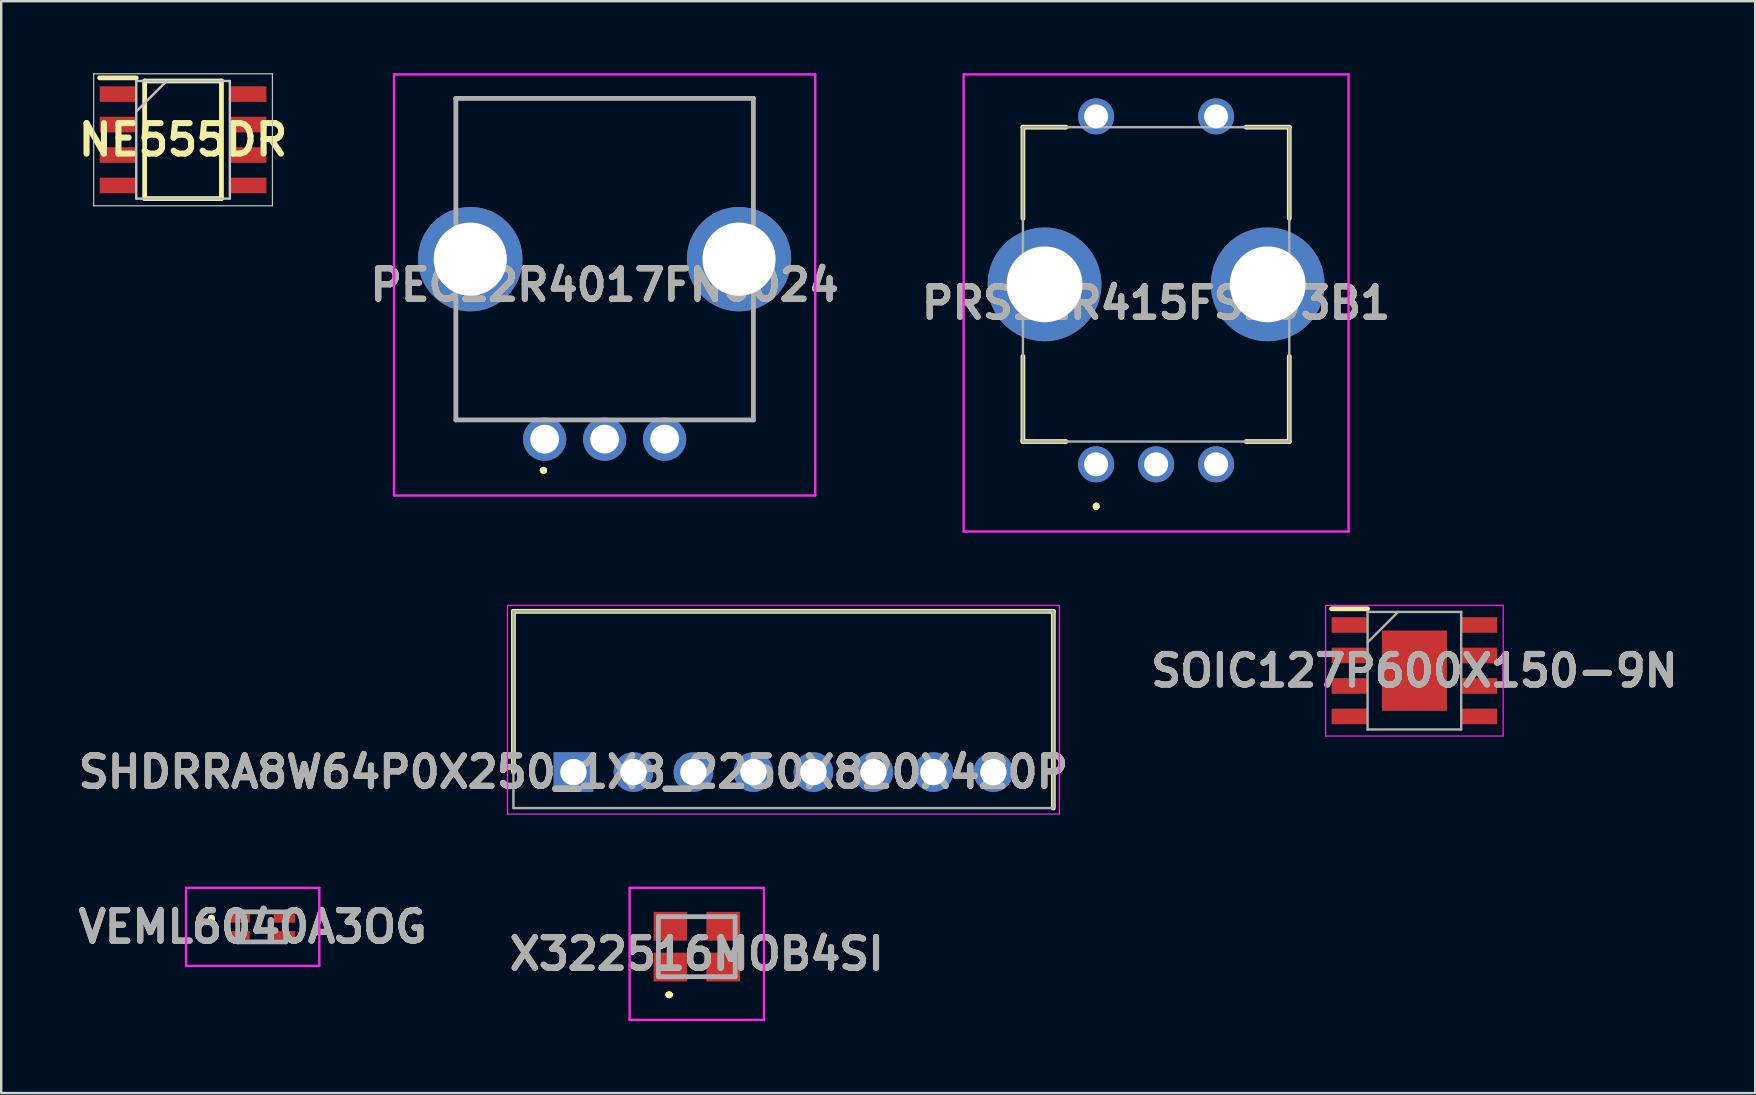
<source format=kicad_pcb>
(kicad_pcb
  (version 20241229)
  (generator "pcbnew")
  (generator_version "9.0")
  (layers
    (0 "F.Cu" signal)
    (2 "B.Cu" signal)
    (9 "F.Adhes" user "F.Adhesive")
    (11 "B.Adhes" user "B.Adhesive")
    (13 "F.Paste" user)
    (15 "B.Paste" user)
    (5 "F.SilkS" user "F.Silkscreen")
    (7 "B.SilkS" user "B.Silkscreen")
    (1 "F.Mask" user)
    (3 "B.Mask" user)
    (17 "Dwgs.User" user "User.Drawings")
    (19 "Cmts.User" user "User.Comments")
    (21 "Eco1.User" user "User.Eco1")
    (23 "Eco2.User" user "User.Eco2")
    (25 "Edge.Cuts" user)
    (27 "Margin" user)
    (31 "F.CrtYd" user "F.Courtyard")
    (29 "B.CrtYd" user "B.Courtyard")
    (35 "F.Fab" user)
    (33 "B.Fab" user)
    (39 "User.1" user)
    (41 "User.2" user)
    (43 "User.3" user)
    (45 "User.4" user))
  (footprint "PEC12R4017FN0024"
    (layer "F.Cu")
    (at 19.647 15.25)
    (property "Reference" "PEC12R4017FN0024" (at 2.5 -6.425 0) (layer "F.SilkS") (effects (font (size 1.27 1.27) (thickness 0.254))))
    (attr through_hole)
    (fp_line (start -3.7 -14.2) (end -3.7 -14.2) (stroke (width 0.1) (type solid)) (layer "F.SilkS"))
    (fp_line (start -3.7 -14.2) (end -3.7 -14.2) (stroke (width 0.1) (type solid)) (layer "F.SilkS"))
    (fp_line (start -3.7 -14.2) (end -3.7 -10.5) (stroke (width 0.1) (type solid)) (layer "F.SilkS"))
    (fp_line (start -3.7 -14.2) (end 8.7 -14.2) (stroke (width 0.1) (type solid)) (layer "F.SilkS"))
    (fp_line (start -3.7 -10.5) (end -3.7 -14.2) (stroke (width 0.1) (type solid)) (layer "F.SilkS"))
    (fp_line (start -3.7 -10.5) (end -3.7 -10.5) (stroke (width 0.1) (type solid)) (layer "F.SilkS"))
    (fp_line (start -3.7 -4.5) (end -3.7 -4.5) (stroke (width 0.1) (type solid)) (layer "F.SilkS"))
    (fp_line (start -3.7 -4.5) (end -3.7 -0.8) (stroke (width 0.1) (type solid)) (layer "F.SilkS"))
    (fp_line (start -3.7 -0.8) (end -3.7 -4.5) (stroke (width 0.1) (type solid)) (layer "F.SilkS"))
    (fp_line (start -3.7 -0.8) (end -3.7 -0.8) (stroke (width 0.1) (type solid)) (layer "F.SilkS"))
    (fp_line (start -3.7 -0.8) (end -3.7 -0.8) (stroke (width 0.1) (type solid)) (layer "F.SilkS"))
    (fp_line (start -3.7 -0.8) (end -1.5 -0.8) (stroke (width 0.1) (type solid)) (layer "F.SilkS"))
    (fp_line (start -1.5 -0.8) (end -3.7 -0.8) (stroke (width 0.1) (type solid)) (layer "F.SilkS"))
    (fp_line (start -1.5 -0.8) (end -1.5 -0.8) (stroke (width 0.1) (type solid)) (layer "F.SilkS"))
    (fp_line (start -0.1 1.3) (end -0.1 1.3) (stroke (width 0.2) (type solid)) (layer "F.SilkS"))
    (fp_line (start -0.1 1.3) (end -0.1 1.3) (stroke (width 0.2) (type solid)) (layer "F.SilkS"))
    (fp_line (start 0 1.3) (end 0 1.3) (stroke (width 0.2) (type solid)) (layer "F.SilkS"))
    (fp_line (start 6.5 -0.8) (end 6.5 -0.8) (stroke (width 0.1) (type solid)) (layer "F.SilkS"))
    (fp_line (start 6.5 -0.8) (end 8.7 -0.8) (stroke (width 0.1) (type solid)) (layer "F.SilkS"))
    (fp_line (start 8.7 -14.2) (end -3.7 -14.2) (stroke (width 0.1) (type solid)) (layer "F.SilkS"))
    (fp_line (start 8.7 -14.2) (end 8.7 -14.2) (stroke (width 0.1) (type solid)) (layer "F.SilkS"))
    (fp_line (start 8.7 -14.2) (end 8.7 -14.2) (stroke (width 0.1) (type solid)) (layer "F.SilkS"))
    (fp_line (start 8.7 -14.2) (end 8.7 -10.25) (stroke (width 0.1) (type solid)) (layer "F.SilkS"))
    (fp_line (start 8.7 -10.25) (end 8.7 -14.2) (stroke (width 0.1) (type solid)) (layer "F.SilkS"))
    (fp_line (start 8.7 -10.25) (end 8.7 -10.25) (stroke (width 0.1) (type solid)) (layer "F.SilkS"))
    (fp_line (start 8.7 -4.75) (end 8.7 -4.75) (stroke (width 0.1) (type solid)) (layer "F.SilkS"))
    (fp_line (start 8.7 -4.75) (end 8.7 -0.8) (stroke (width 0.1) (type solid)) (layer "F.SilkS"))
    (fp_line (start 8.7 -0.8) (end 6.5 -0.8) (stroke (width 0.1) (type solid)) (layer "F.SilkS"))
    (fp_line (start 8.7 -0.8) (end 8.7 -4.75) (stroke (width 0.1) (type solid)) (layer "F.SilkS"))
    (fp_line (start 8.7 -0.8) (end 8.7 -0.8) (stroke (width 0.1) (type solid)) (layer "F.SilkS"))
    (fp_line (start 8.7 -0.8) (end 8.7 -0.8) (stroke (width 0.1) (type solid)) (layer "F.SilkS"))
    (fp_arc (start -0.1 1.3) (mid -0.05 1.25) (end 0 1.3) (stroke (width 0.2) (type solid)) (layer "F.SilkS"))
    (fp_arc (start 0 1.3) (mid -0.05 1.35) (end -0.1 1.3) (stroke (width 0.2) (type solid)) (layer "F.SilkS"))
    (fp_arc (start 0 1.3) (mid -0.05 1.35) (end -0.1 1.3) (stroke (width 0.2) (type solid)) (layer "F.SilkS"))
    (fp_line (start -6.275 -15.2) (end 11.275 -15.2) (stroke (width 0.1) (type solid)) (layer "F.CrtYd"))
    (fp_line (start -6.275 2.35) (end -6.275 -15.2) (stroke (width 0.1) (type solid)) (layer "F.CrtYd"))
    (fp_line (start 11.275 -15.2) (end 11.275 2.35) (stroke (width 0.1) (type solid)) (layer "F.CrtYd"))
    (fp_line (start 11.275 2.35) (end -6.275 2.35) (stroke (width 0.1) (type solid)) (layer "F.CrtYd"))
    (fp_line (start -3.7 -14.2) (end -3.7 -0.8) (stroke (width 0.2) (type solid)) (layer "F.Fab"))
    (fp_line (start -3.7 -0.8) (end 8.7 -0.8) (stroke (width 0.2) (type solid)) (layer "F.Fab"))
    (fp_line (start 8.7 -14.2) (end -3.7 -14.2) (stroke (width 0.2) (type solid)) (layer "F.Fab"))
    (fp_line (start 8.7 -0.8) (end 8.7 -14.2) (stroke (width 0.2) (type solid)) (layer "F.Fab"))
    (fp_text user "${REFERENCE}" (at 2.5 -6.425 0) (layer "F.Fab") (effects (font (size 1.27 1.27) (thickness 0.254))))
    (pad "A1" thru_hole circle (at 0 0) (size 1.8 1.8) (drill 1.2) (layers "*.Cu" "*.Mask"))
    (pad "B1" thru_hole circle (at 5 0) (size 1.8 1.8) (drill 1.2) (layers "*.Cu" "*.Mask"))
    (pad "C1" thru_hole circle (at 2.5 0) (size 1.8 1.8) (drill 1.2) (layers "*.Cu" "*.Mask"))
    (pad "MH1" thru_hole circle (at -3.1 -7.5) (size 4.35 4.35) (drill 3.048) (layers "*.Cu" "*.Mask"))
    (pad "MH2" thru_hole circle (at 8.1 -7.5) (size 4.35 4.35) (drill 3.048) (layers "*.Cu" "*.Mask")))
  (footprint "SHDRRA8W64P0X250_1X8_2250X820X420P"
    (layer "F.Cu")
    (at 20.846 29.125)
    (property "Reference" "SHDRRA8W64P0X250_1X8_2250X820X420P" (at 0 0 0) (layer "F.SilkS") (effects (font (size 1.27 1.27) (thickness 0.254))))
    (attr through_hole)
    (fp_line (start -2.5 -6.7) (end 20 -6.7) (stroke (width 0.2) (type solid)) (layer "F.SilkS"))
    (fp_line (start -2.5 0) (end -2.5 -6.7) (stroke (width 0.2) (type solid)) (layer "F.SilkS"))
    (fp_line (start 20 -6.7) (end 20 1.5) (stroke (width 0.2) (type solid)) (layer "F.SilkS"))
    (fp_line (start -2.75 -6.95) (end -2.75 1.75) (stroke (width 0.05) (type solid)) (layer "F.CrtYd"))
    (fp_line (start -2.75 1.75) (end 20.25 1.75) (stroke (width 0.05) (type solid)) (layer "F.CrtYd"))
    (fp_line (start 20.25 -6.95) (end -2.75 -6.95) (stroke (width 0.05) (type solid)) (layer "F.CrtYd"))
    (fp_line (start 20.25 1.75) (end 20.25 -6.95) (stroke (width 0.05) (type solid)) (layer "F.CrtYd"))
    (fp_line (start -2.5 -6.7) (end 20 -6.7) (stroke (width 0.1) (type solid)) (layer "F.Fab"))
    (fp_line (start -2.5 1.5) (end -2.5 -6.7) (stroke (width 0.1) (type solid)) (layer "F.Fab"))
    (fp_line (start 20 -6.7) (end 20 1.5) (stroke (width 0.1) (type solid)) (layer "F.Fab"))
    (fp_line (start 20 1.5) (end -2.5 1.5) (stroke (width 0.1) (type solid)) (layer "F.Fab"))
    (fp_text user "${REFERENCE}" (at 0 0 0) (layer "F.Fab") (effects (font (size 1.27 1.27) (thickness 0.254))))
    (pad "1" thru_hole rect (at 0 0) (size 1.65 1.65) (drill 1.1) (layers "*.Cu" "*.Mask"))
    (pad "2" thru_hole circle (at 2.5 0) (size 1.65 1.65) (drill 1.1) (layers "*.Cu" "*.Mask"))
    (pad "3" thru_hole circle (at 5 0) (size 1.65 1.65) (drill 1.1) (layers "*.Cu" "*.Mask"))
    (pad "4" thru_hole circle (at 7.5 0) (size 1.65 1.65) (drill 1.1) (layers "*.Cu" "*.Mask"))
    (pad "5" thru_hole circle (at 10 0) (size 1.65 1.65) (drill 1.1) (layers "*.Cu" "*.Mask"))
    (pad "6" thru_hole circle (at 12.5 0) (size 1.65 1.65) (drill 1.1) (layers "*.Cu" "*.Mask"))
    (pad "7" thru_hole circle (at 15 0) (size 1.65 1.65) (drill 1.1) (layers "*.Cu" "*.Mask"))
    (pad "8" thru_hole circle (at 17.5 0) (size 1.65 1.65) (drill 1.1) (layers "*.Cu" "*.Mask")))
  (footprint "X322516MOB4SI"
    (layer "F.Cu")
    (at 25.987 36.4)
    (property "Reference" "X322516MOB4SI" (at 0 0.3 0) (layer "F.SilkS") (effects (font (size 1.27 1.27) (thickness 0.254))))
    (attr smd)
    (fp_line (start -1.2 2) (end -1.2 2) (stroke (width 0.2) (type solid)) (layer "F.SilkS"))
    (fp_line (start -1.2 2) (end -1.2 2) (stroke (width 0.2) (type solid)) (layer "F.SilkS"))
    (fp_line (start -1.1 2) (end -1.1 2) (stroke (width 0.2) (type solid)) (layer "F.SilkS"))
    (fp_arc (start -1.2 2) (mid -1.15 1.95) (end -1.1 2) (stroke (width 0.2) (type solid)) (layer "F.SilkS"))
    (fp_arc (start -1.1 2) (mid -1.15 2.05) (end -1.2 2) (stroke (width 0.2) (type solid)) (layer "F.SilkS"))
    (fp_arc (start -1.1 2) (mid -1.15 2.05) (end -1.2 2) (stroke (width 0.2) (type solid)) (layer "F.SilkS"))
    (fp_line (start -2.8 -2.45) (end 2.8 -2.45) (stroke (width 0.1) (type solid)) (layer "F.CrtYd"))
    (fp_line (start -2.8 3.05) (end -2.8 -2.45) (stroke (width 0.1) (type solid)) (layer "F.CrtYd"))
    (fp_line (start 2.8 -2.45) (end 2.8 3.05) (stroke (width 0.1) (type solid)) (layer "F.CrtYd"))
    (fp_line (start 2.8 3.05) (end -2.8 3.05) (stroke (width 0.1) (type solid)) (layer "F.CrtYd"))
    (fp_line (start -1.6 -1.25) (end -1.6 1.25) (stroke (width 0.2) (type solid)) (layer "F.Fab"))
    (fp_line (start -1.6 1.25) (end 1.6 1.25) (stroke (width 0.2) (type solid)) (layer "F.Fab"))
    (fp_line (start 1.6 -1.25) (end -1.6 -1.25) (stroke (width 0.2) (type solid)) (layer "F.Fab"))
    (fp_line (start 1.6 1.25) (end 1.6 -1.25) (stroke (width 0.2) (type solid)) (layer "F.Fab"))
    (fp_text user "${REFERENCE}" (at 0 0.3 0) (layer "F.Fab") (effects (font (size 1.27 1.27) (thickness 0.254))))
    (pad "1" smd rect (at -1.1 0.85 90) (size 1.2 1.4) (layers "F.Cu" "F.Mask" "F.Paste"))
    (pad "2" smd rect (at 1.1 0.85 90) (size 1.2 1.4) (layers "F.Cu" "F.Mask" "F.Paste"))
    (pad "3" smd rect (at 1.1 -0.85 90) (size 1.2 1.4) (layers "F.Cu" "F.Mask" "F.Paste"))
    (pad "4" smd rect (at -1.1 -0.85 90) (size 1.2 1.4) (layers "F.Cu" "F.Mask" "F.Paste")))
  (footprint "PRS11R415FS103B1"
    (layer "F.Cu")
    (at 42.628 16.3)
    (property "Reference" "PRS11R415FS103B1" (at 2.5 -6.725 0) (layer "F.SilkS") (effects (font (size 1.27 1.27) (thickness 0.254))))
    (attr through_hole)
    (fp_line (start -3.05 -14.05) (end -1.25 -14.05) (stroke (width 0.2) (type solid)) (layer "F.SilkS"))
    (fp_line (start -3.05 -10.25) (end -3.05 -14.05) (stroke (width 0.2) (type solid)) (layer "F.SilkS"))
    (fp_line (start -3.05 -4.5) (end -3.05 -1) (stroke (width 0.2) (type solid)) (layer "F.SilkS"))
    (fp_line (start -3.05 -1) (end -3.05 -0.95) (stroke (width 0.2) (type solid)) (layer "F.SilkS"))
    (fp_line (start -3.05 -0.95) (end -1.25 -0.95) (stroke (width 0.2) (type solid)) (layer "F.SilkS"))
    (fp_line (start 0 1.7) (end 0 1.7) (stroke (width 0.2) (type solid)) (layer "F.SilkS"))
    (fp_line (start 0 1.8) (end 0 1.8) (stroke (width 0.2) (type solid)) (layer "F.SilkS"))
    (fp_line (start 0 1.8) (end 0 1.8) (stroke (width 0.2) (type solid)) (layer "F.SilkS"))
    (fp_line (start 6.25 -14.05) (end 8.05 -14.05) (stroke (width 0.2) (type solid)) (layer "F.SilkS"))
    (fp_line (start 6.25 -0.95) (end 8.05 -0.95) (stroke (width 0.2) (type solid)) (layer "F.SilkS"))
    (fp_line (start 8.05 -14.05) (end 8.05 -10.25) (stroke (width 0.2) (type solid)) (layer "F.SilkS"))
    (fp_line (start 8.05 -0.95) (end 8.05 -4.5) (stroke (width 0.2) (type solid)) (layer "F.SilkS"))
    (fp_arc (start 0 1.7) (mid 0.05 1.75) (end 0 1.8) (stroke (width 0.2) (type solid)) (layer "F.SilkS"))
    (fp_arc (start 0 1.7) (mid 0.05 1.75) (end 0 1.8) (stroke (width 0.2) (type solid)) (layer "F.SilkS"))
    (fp_arc (start 0 1.8) (mid -0.05 1.75) (end 0 1.7) (stroke (width 0.2) (type solid)) (layer "F.SilkS"))
    (fp_line (start -5.52 -16.25) (end 10.52 -16.25) (stroke (width 0.1) (type solid)) (layer "F.CrtYd"))
    (fp_line (start -5.52 2.8) (end -5.52 -16.25) (stroke (width 0.1) (type solid)) (layer "F.CrtYd"))
    (fp_line (start 10.52 -16.25) (end 10.52 2.8) (stroke (width 0.1) (type solid)) (layer "F.CrtYd"))
    (fp_line (start 10.52 2.8) (end -5.52 2.8) (stroke (width 0.1) (type solid)) (layer "F.CrtYd"))
    (fp_line (start -3.05 -14.05) (end 8.05 -14.05) (stroke (width 0.1) (type solid)) (layer "F.Fab"))
    (fp_line (start -3.05 -0.95) (end -3.05 -14.05) (stroke (width 0.1) (type solid)) (layer "F.Fab"))
    (fp_line (start 8.05 -14.05) (end 8.05 -0.95) (stroke (width 0.1) (type solid)) (layer "F.Fab"))
    (fp_line (start 8.05 -0.95) (end -3.05 -0.95) (stroke (width 0.1) (type solid)) (layer "F.Fab"))
    (fp_text user "${REFERENCE}" (at 2.5 -6.725 0) (layer "F.Fab") (effects (font (size 1.27 1.27) (thickness 0.254))))
    (pad "1" thru_hole circle (at 0 0) (size 1.5 1.5) (drill 1) (layers "*.Cu" "*.Mask"))
    (pad "2" thru_hole circle (at 2.5 0) (size 1.5 1.5) (drill 1) (layers "*.Cu" "*.Mask"))
    (pad "3" thru_hole circle (at 5 0) (size 1.5 1.5) (drill 1) (layers "*.Cu" "*.Mask"))
    (pad "4" thru_hole circle (at 0 -14.5) (size 1.5 1.5) (drill 1) (layers "*.Cu" "*.Mask"))
    (pad "5" thru_hole circle (at 5 -14.5) (size 1.5 1.5) (drill 1) (layers "*.Cu" "*.Mask"))
    (pad "MH1" thru_hole circle (at -2.15 -7.5) (size 4.74 4.74) (drill 3.16) (layers "*.Cu" "*.Mask"))
    (pad "MH2" thru_hole circle (at 7.15 -7.5) (size 4.74 4.74) (drill 3.16) (layers "*.Cu" "*.Mask")))
  (footprint "VEML6040A3OG"
    (layer "F.Cu")
    (at 8.756 35.575)
    (property "Reference" "VEML6040A3OG" (at -1.275 0 0) (layer "F.SilkS") (effects (font (size 1.27 1.27) (thickness 0.254))))
    (attr smd)
    (fp_line (start -3 -0.4) (end -3 -0.4) (stroke (width 0.2) (type solid)) (layer "F.SilkS"))
    (fp_line (start -3 -0.3) (end -3 -0.3) (stroke (width 0.2) (type solid)) (layer "F.SilkS"))
    (fp_line (start -3 -0.3) (end -3 -0.3) (stroke (width 0.2) (type solid)) (layer "F.SilkS"))
    (fp_arc (start -3 -0.4) (mid -2.95 -0.35) (end -3 -0.3) (stroke (width 0.2) (type solid)) (layer "F.SilkS"))
    (fp_arc (start -3 -0.4) (mid -2.95 -0.35) (end -3 -0.3) (stroke (width 0.2) (type solid)) (layer "F.SilkS"))
    (fp_arc (start -3 -0.3) (mid -3.05 -0.35) (end -3 -0.4) (stroke (width 0.2) (type solid)) (layer "F.SilkS"))
    (fp_line (start -4.05 -1.625) (end 1.5 -1.625) (stroke (width 0.1) (type solid)) (layer "F.CrtYd"))
    (fp_line (start -4.05 1.625) (end -4.05 -1.625) (stroke (width 0.1) (type solid)) (layer "F.CrtYd"))
    (fp_line (start 1.5 -1.625) (end 1.5 1.625) (stroke (width 0.1) (type solid)) (layer "F.CrtYd"))
    (fp_line (start 1.5 1.625) (end -4.05 1.625) (stroke (width 0.1) (type solid)) (layer "F.CrtYd"))
    (fp_line (start -1.9 -0.625) (end -1.9 0.625) (stroke (width 0.2) (type solid)) (layer "F.Fab"))
    (fp_line (start -1.9 0.625) (end 0.1 0.625) (stroke (width 0.2) (type solid)) (layer "F.Fab"))
    (fp_line (start 0.1 -0.625) (end -1.9 -0.625) (stroke (width 0.2) (type solid)) (layer "F.Fab"))
    (fp_line (start 0.1 0.625) (end 0.1 -0.625) (stroke (width 0.2) (type solid)) (layer "F.Fab"))
    (fp_text user "${REFERENCE}" (at -1.275 0 0) (layer "F.Fab") (effects (font (size 1.27 1.27) (thickness 0.254))))
    (pad "1" smd rect (at -1.85 -0.35 90) (size 0.35 0.9) (layers "F.Cu" "F.Mask" "F.Paste"))
    (pad "2" smd rect (at -1.85 0.35 90) (size 0.35 0.9) (layers "F.Cu" "F.Mask" "F.Paste"))
    (pad "3" smd rect (at 0 0.35 90) (size 0.35 1) (layers "F.Cu" "F.Mask" "F.Paste"))
    (pad "4" smd rect (at 0.05 -0.35 90) (size 0.35 0.9) (layers "F.Cu" "F.Mask" "F.Paste")))
  (footprint "NE555DR"
    (layer "F.Cu")
    (at 4.578 2.775)
    (property "Reference" "NE555DR" (at 0 0 0) (layer "F.SilkS") (effects (font (size 1.27 1.27) (thickness 0.254))))
    (attr smd)
    (fp_line (start -3.475 -2.58) (end -1.95 -2.58) (stroke (width 0.2) (type solid)) (layer "F.SilkS"))
    (fp_line (start -1.6 -2.45) (end 1.6 -2.45) (stroke (width 0.2) (type solid)) (layer "F.SilkS"))
    (fp_line (start -1.6 2.45) (end -1.6 -2.45) (stroke (width 0.2) (type solid)) (layer "F.SilkS"))
    (fp_line (start 1.6 -2.45) (end 1.6 2.45) (stroke (width 0.2) (type solid)) (layer "F.SilkS"))
    (fp_line (start 1.6 2.45) (end -1.6 2.45) (stroke (width 0.2) (type solid)) (layer "F.SilkS"))
    (fp_line (start -3.725 -2.75) (end 3.725 -2.75) (stroke (width 0.05) (type solid)) (layer "Dwgs.User"))
    (fp_line (start -3.725 2.75) (end -3.725 -2.75) (stroke (width 0.05) (type solid)) (layer "Dwgs.User"))
    (fp_line (start -1.95 -2.45) (end 1.95 -2.45) (stroke (width 0.1) (type solid)) (layer "Dwgs.User"))
    (fp_line (start -1.95 -1.18) (end -0.68 -2.45) (stroke (width 0.1) (type solid)) (layer "Dwgs.User"))
    (fp_line (start -1.95 2.45) (end -1.95 -2.45) (stroke (width 0.1) (type solid)) (layer "Dwgs.User"))
    (fp_line (start 1.95 -2.45) (end 1.95 2.45) (stroke (width 0.1) (type solid)) (layer "Dwgs.User"))
    (fp_line (start 1.95 2.45) (end -1.95 2.45) (stroke (width 0.1) (type solid)) (layer "Dwgs.User"))
    (fp_line (start 3.725 -2.75) (end 3.725 2.75) (stroke (width 0.05) (type solid)) (layer "Dwgs.User"))
    (fp_line (start 3.725 2.75) (end -3.725 2.75) (stroke (width 0.05) (type solid)) (layer "Dwgs.User"))
    (pad "1" smd rect (at -2.712 -1.905 90) (size 0.65 1.525) (layers "F.Cu" "F.Paste"))
    (pad "2" smd rect (at -2.712 -0.635 90) (size 0.65 1.525) (layers "F.Cu" "F.Paste"))
    (pad "3" smd rect (at -2.712 0.635 90) (size 0.65 1.525) (layers "F.Cu" "F.Paste"))
    (pad "4" smd rect (at -2.712 1.905 90) (size 0.65 1.525) (layers "F.Cu" "F.Paste"))
    (pad "5" smd rect (at 2.712 1.905 90) (size 0.65 1.525) (layers "F.Cu" "F.Paste"))
    (pad "6" smd rect (at 2.712 0.635 90) (size 0.65 1.525) (layers "F.Cu" "F.Paste"))
    (pad "7" smd rect (at 2.712 -0.635 90) (size 0.65 1.525) (layers "F.Cu" "F.Paste"))
    (pad "8" smd rect (at 2.712 -1.905 90) (size 0.65 1.525) (layers "F.Cu" "F.Paste")))
  (footprint "SOIC127P600X150-9N"
    (layer "F.Cu")
    (at 55.892 24.9)
    (property "Reference" "SOIC127P600X150-9N" (at 0 0 0) (layer "F.SilkS") (effects (font (size 1.27 1.27) (thickness 0.254))))
    (attr smd)
    (fp_line (start -3.45 -2.58) (end -1.95 -2.58) (stroke (width 0.2) (type solid)) (layer "F.SilkS"))
    (fp_line (start -3.7 -2.725) (end 3.7 -2.725) (stroke (width 0.05) (type solid)) (layer "F.CrtYd"))
    (fp_line (start -3.7 2.725) (end -3.7 -2.725) (stroke (width 0.05) (type solid)) (layer "F.CrtYd"))
    (fp_line (start 3.7 -2.725) (end 3.7 2.725) (stroke (width 0.05) (type solid)) (layer "F.CrtYd"))
    (fp_line (start 3.7 2.725) (end -3.7 2.725) (stroke (width 0.05) (type solid)) (layer "F.CrtYd"))
    (fp_line (start -1.95 -2.45) (end 1.95 -2.45) (stroke (width 0.1) (type solid)) (layer "F.Fab"))
    (fp_line (start -1.95 -1.18) (end -0.68 -2.45) (stroke (width 0.1) (type solid)) (layer "F.Fab"))
    (fp_line (start -1.95 2.45) (end -1.95 -2.45) (stroke (width 0.1) (type solid)) (layer "F.Fab"))
    (fp_line (start 1.95 -2.45) (end 1.95 2.45) (stroke (width 0.1) (type solid)) (layer "F.Fab"))
    (fp_line (start 1.95 2.45) (end -1.95 2.45) (stroke (width 0.1) (type solid)) (layer "F.Fab"))
    (fp_text user "${REFERENCE}" (at 0 0 0) (layer "F.Fab") (effects (font (size 1.27 1.27) (thickness 0.254))))
    (pad "1" smd rect (at -2.7 -1.905 90) (size 0.65 1.5) (layers "F.Cu" "F.Mask" "F.Paste"))
    (pad "2" smd rect (at -2.7 -0.635 90) (size 0.65 1.5) (layers "F.Cu" "F.Mask" "F.Paste"))
    (pad "3" smd rect (at -2.7 0.635 90) (size 0.65 1.5) (layers "F.Cu" "F.Mask" "F.Paste"))
    (pad "4" smd rect (at -2.7 1.905 90) (size 0.65 1.5) (layers "F.Cu" "F.Mask" "F.Paste"))
    (pad "5" smd rect (at 2.7 1.905 90) (size 0.65 1.5) (layers "F.Cu" "F.Mask" "F.Paste"))
    (pad "6" smd rect (at 2.7 0.635 90) (size 0.65 1.5) (layers "F.Cu" "F.Mask" "F.Paste"))
    (pad "7" smd rect (at 2.7 -0.635 90) (size 0.65 1.5) (layers "F.Cu" "F.Mask" "F.Paste"))
    (pad "8" smd rect (at 2.7 -1.905 90) (size 0.65 1.5) (layers "F.Cu" "F.Mask" "F.Paste"))
    (pad "9" smd rect (at 0 0) (size 2.71 3.35) (layers "F.Cu" "F.Mask" "F.Paste")))
  (gr_rect
    (start -3 -3)
    (end 70.093 42.5)
    (stroke (width 0.1) (type default))
    (fill no)
    (layer "Edge.Cuts")))
</source>
